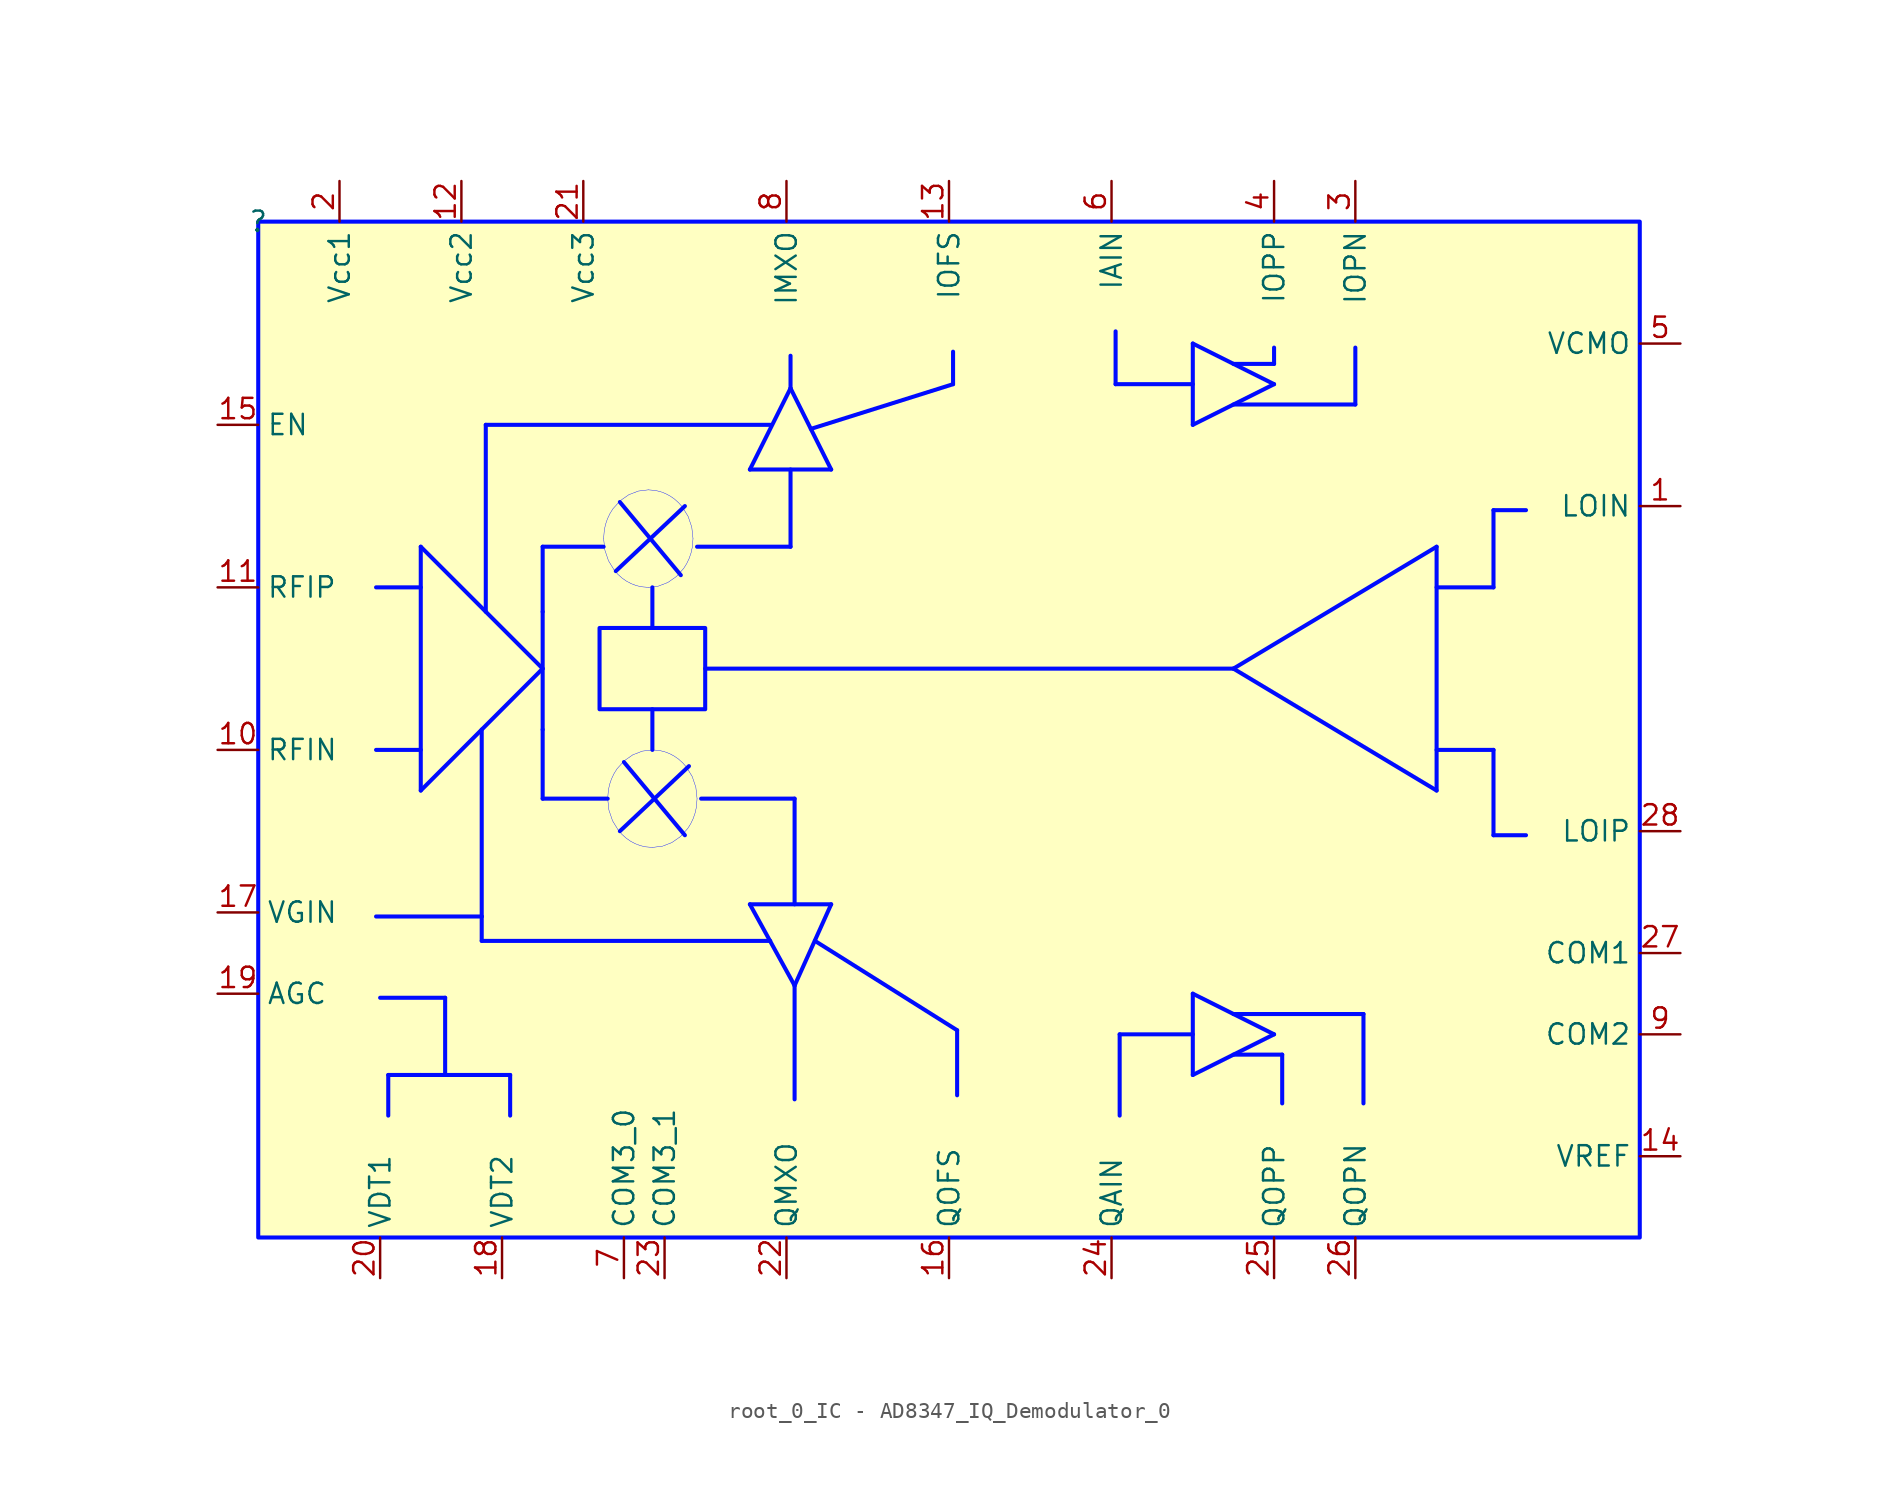
<source format=kicad_sym>
(kicad_symbol_lib
  (version 20231120)
  (generator "kicad_symbol_editor")
  (generator_version "8.0")
  (symbol "root_0_IC - AD8347_IQ_Demodulator_0"
    (property "Reference" ""
      (at 0 0 0)
      (effects (font (size 1.27 1.27))))
    (property "Value" ""
      (at 0 0 0)
      (effects (font (size 1.27 1.27))))
    (symbol "root_0_IC - AD8347_IQ_Demodulator_0_1_0"
      (polyline (pts (xy 8.128 -53.34) (xy 8.128 -55.88)) (stroke (width 0.254) (type solid) (color 0 11 255 1)) (fill (type none)))
      (polyline (pts (xy 10.16 -53.34) (xy 8.128 -53.34)) (stroke (width 0.254) (type solid) (color 0 11 255 1)) (fill (type none)))
      (polyline (pts (xy 10.16 -35.56) (xy 17.78 -27.94)) (stroke (width 0.254) (type solid) (color 0 11 255 1)) (fill (type none)))
      (polyline (pts (xy 10.16 -33.02) (xy 7.366 -33.02)) (stroke (width 0.254) (type solid) (color 0 11 255 1)) (fill (type none)))
      (polyline (pts (xy 10.16 -22.86) (xy 7.366 -22.86)) (stroke (width 0.254) (type solid) (color 0 11 255 1)) (fill (type none)))
      (polyline (pts (xy 10.16 -20.32) (xy 10.16 -35.56)) (stroke (width 0.254) (type solid) (color 0 11 255 1)) (fill (type none)))
      (polyline (pts (xy 10.16 -20.32) (xy 17.78 -27.94)) (stroke (width 0.254) (type solid) (color 0 11 255 1)) (fill (type none)))
      (polyline (pts (xy 11.684 -53.34) (xy 11.684 -48.514)) (stroke (width 0.254) (type solid) (color 0 11 255 1)) (fill (type none)))
      (polyline (pts (xy 11.684 -48.514) (xy 7.62 -48.514)) (stroke (width 0.254) (type solid) (color 0 11 255 1)) (fill (type none)))
      (polyline (pts (xy 13.97 -44.958) (xy 13.97 -43.434)) (stroke (width 0.254) (type solid) (color 0 11 255 1)) (fill (type none)))
      (polyline (pts (xy 13.97 -43.434) (xy 7.366 -43.434)) (stroke (width 0.254) (type solid) (color 0 11 255 1)) (fill (type none)))
      (polyline (pts (xy 13.97 -31.75) (xy 13.97 -43.434)) (stroke (width 0.254) (type solid) (color 0 11 255 1)) (fill (type none)))
      (polyline (pts (xy 14.224 -12.7) (xy 14.224 -24.384)) (stroke (width 0.254) (type solid) (color 0 11 255 1)) (fill (type none)))
      (polyline (pts (xy 15.748 -53.34) (xy 10.16 -53.34)) (stroke (width 0.254) (type solid) (color 0 11 255 1)) (fill (type none)))
      (polyline (pts (xy 15.748 -53.34) (xy 15.748 -55.88)) (stroke (width 0.254) (type solid) (color 0 11 255 1)) (fill (type none)))
      (polyline (pts (xy 17.78 -36.068) (xy 21.844 -36.068)) (stroke (width 0.254) (type solid) (color 0 11 255 1)) (fill (type none)))
      (polyline (pts (xy 17.78 -31.75) (xy 17.78 -36.068)) (stroke (width 0.254) (type solid) (color 0 11 255 1)) (fill (type none)))
      (polyline (pts (xy 17.78 -31.75) (xy 17.78 -24.384)) (stroke (width 0.254) (type solid) (color 0 11 255 1)) (fill (type none)))
      (polyline (pts (xy 17.78 -24.384) (xy 17.78 -20.32)) (stroke (width 0.254) (type solid) (color 0 11 255 1)) (fill (type none)))
      (polyline (pts (xy 17.78 -20.32) (xy 21.59 -20.32)) (stroke (width 0.254) (type solid) (color 0 11 255 1)) (fill (type none)))
      (polyline (pts (xy 22.606 -17.526) (xy 26.416 -22.098)) (stroke (width 0.254) (type solid) (color 0 11 255 1)) (fill (type none)))
      (polyline (pts (xy 22.86 -33.782) (xy 26.67 -38.354)) (stroke (width 0.254) (type solid) (color 0 11 255 1)) (fill (type none)))
      (polyline (pts (xy 24.638 -30.48) (xy 24.638 -33.02)) (stroke (width 0.254) (type solid) (color 0 11 255 1)) (fill (type none)))
      (polyline (pts (xy 24.638 -22.86) (xy 24.638 -25.4)) (stroke (width 0.254) (type solid) (color 0 11 255 1)) (fill (type none)))
      (polyline (pts (xy 26.67 -17.78) (xy 22.352 -21.844)) (stroke (width 0.254) (type solid) (color 0 11 255 1)) (fill (type none)))
      (polyline (pts (xy 26.924 -34.036) (xy 22.606 -38.1)) (stroke (width 0.254) (type solid) (color 0 11 255 1)) (fill (type none)))
      (polyline (pts (xy 27.432 -20.32) (xy 33.274 -20.32)) (stroke (width 0.254) (type solid) (color 0 11 255 1)) (fill (type none)))
      (polyline (pts (xy 27.686 -36.068) (xy 33.528 -36.068)) (stroke (width 0.254) (type solid) (color 0 11 255 1)) (fill (type none)))
      (polyline (pts (xy 27.94 -27.94) (xy 60.96 -27.94)) (stroke (width 0.254) (type solid) (color 0 11 255 1)) (fill (type none)))
      (polyline (pts (xy 30.734 -42.672) (xy 35.814 -42.672)) (stroke (width 0.254) (type solid) (color 0 11 255 1)) (fill (type none)))
      (polyline (pts (xy 30.734 -15.494) (xy 35.814 -15.494)) (stroke (width 0.254) (type solid) (color 0 11 255 1)) (fill (type none)))
      (polyline (pts (xy 32.004 -44.958) (xy 13.97 -44.958)) (stroke (width 0.254) (type solid) (color 0 11 255 1)) (fill (type none)))
      (polyline (pts (xy 32.004 -12.7) (xy 14.224 -12.7)) (stroke (width 0.254) (type solid) (color 0 11 255 1)) (fill (type none)))
      (polyline (pts (xy 33.274 -15.494) (xy 33.274 -20.32)) (stroke (width 0.254) (type solid) (color 0 11 255 1)) (fill (type none)))
      (polyline (pts (xy 33.274 -10.414) (xy 30.734 -15.494)) (stroke (width 0.254) (type solid) (color 0 11 255 1)) (fill (type none)))
      (polyline (pts (xy 33.274 -8.382) (xy 33.274 -10.414)) (stroke (width 0.254) (type solid) (color 0 11 255 1)) (fill (type none)))
      (polyline (pts (xy 33.528 -47.752) (xy 30.734 -42.672)) (stroke (width 0.254) (type solid) (color 0 11 255 1)) (fill (type none)))
      (polyline (pts (xy 33.528 -47.752) (xy 33.528 -54.864)) (stroke (width 0.254) (type solid) (color 0 11 255 1)) (fill (type none)))
      (polyline (pts (xy 33.528 -36.068) (xy 33.528 -42.672)) (stroke (width 0.254) (type solid) (color 0 11 255 1)) (fill (type none)))
      (polyline (pts (xy 34.798 -44.958) (xy 43.688 -50.546)) (stroke (width 0.254) (type solid) (color 0 11 255 1)) (fill (type none)))
      (polyline (pts (xy 35.814 -42.672) (xy 33.528 -47.752)) (stroke (width 0.254) (type solid) (color 0 11 255 1)) (fill (type none)))
      (polyline (pts (xy 35.814 -15.494) (xy 33.274 -10.414)) (stroke (width 0.254) (type solid) (color 0 11 255 1)) (fill (type none)))
      (polyline (pts (xy 43.434 -10.16) (xy 34.544 -12.954)) (stroke (width 0.254) (type solid) (color 0 11 255 1)) (fill (type none)))
      (polyline (pts (xy 43.434 -8.128) (xy 43.434 -10.16)) (stroke (width 0.254) (type solid) (color 0 11 255 1)) (fill (type none)))
      (polyline (pts (xy 43.688 -50.546) (xy 43.688 -54.61)) (stroke (width 0.254) (type solid) (color 0 11 255 1)) (fill (type none)))
      (polyline (pts (xy 53.594 -10.16) (xy 53.594 -6.858)) (stroke (width 0.254) (type solid) (color 0 11 255 1)) (fill (type none)))
      (polyline (pts (xy 53.848 -55.88) (xy 53.848 -50.8)) (stroke (width 0.254) (type solid) (color 0 11 255 1)) (fill (type none)))
      (polyline (pts (xy 58.42 -53.34) (xy 63.5 -50.8)) (stroke (width 0.254) (type solid) (color 0 11 255 1)) (fill (type none)))
      (polyline (pts (xy 58.42 -50.8) (xy 53.848 -50.8)) (stroke (width 0.254) (type solid) (color 0 11 255 1)) (fill (type none)))
      (polyline (pts (xy 58.42 -48.26) (xy 58.42 -53.34)) (stroke (width 0.254) (type solid) (color 0 11 255 1)) (fill (type none)))
      (polyline (pts (xy 58.42 -12.7) (xy 63.5 -10.16)) (stroke (width 0.254) (type solid) (color 0 11 255 1)) (fill (type none)))
      (polyline (pts (xy 58.42 -10.16) (xy 53.594 -10.16)) (stroke (width 0.254) (type solid) (color 0 11 255 1)) (fill (type none)))
      (polyline (pts (xy 58.42 -7.62) (xy 58.42 -12.7)) (stroke (width 0.254) (type solid) (color 0 11 255 1)) (fill (type none)))
      (polyline (pts (xy 60.96 -52.07) (xy 64.008 -52.07)) (stroke (width 0.254) (type solid) (color 0 11 255 1)) (fill (type none)))
      (polyline (pts (xy 60.96 -49.53) (xy 69.088 -49.53)) (stroke (width 0.254) (type solid) (color 0 11 255 1)) (fill (type none)))
      (polyline (pts (xy 60.96 -11.43) (xy 68.58 -11.43)) (stroke (width 0.254) (type solid) (color 0 11 255 1)) (fill (type none)))
      (polyline (pts (xy 60.96 -8.89) (xy 63.5 -8.89)) (stroke (width 0.254) (type solid) (color 0 11 255 1)) (fill (type none)))
      (polyline (pts (xy 63.5 -50.8) (xy 58.42 -48.26)) (stroke (width 0.254) (type solid) (color 0 11 255 1)) (fill (type none)))
      (polyline (pts (xy 63.5 -10.16) (xy 58.42 -7.62)) (stroke (width 0.254) (type solid) (color 0 11 255 1)) (fill (type none)))
      (polyline (pts (xy 63.5 -8.89) (xy 63.5 -7.874)) (stroke (width 0.254) (type solid) (color 0 11 255 1)) (fill (type none)))
      (polyline (pts (xy 64.008 -55.118) (xy 64.008 -52.07)) (stroke (width 0.254) (type solid) (color 0 11 255 1)) (fill (type none)))
      (polyline (pts (xy 68.58 -11.43) (xy 68.58 -7.874)) (stroke (width 0.254) (type solid) (color 0 11 255 1)) (fill (type none)))
      (polyline (pts (xy 69.088 -49.53) (xy 69.088 -55.118)) (stroke (width 0.254) (type solid) (color 0 11 255 1)) (fill (type none)))
      (polyline (pts (xy 73.66 -35.56) (xy 60.96 -27.94)) (stroke (width 0.254) (type solid) (color 0 11 255 1)) (fill (type none)))
      (polyline (pts (xy 73.66 -20.32) (xy 60.96 -27.94)) (stroke (width 0.254) (type solid) (color 0 11 255 1)) (fill (type none)))
      (polyline (pts (xy 73.66 -20.32) (xy 73.66 -35.56)) (stroke (width 0.254) (type solid) (color 0 11 255 1)) (fill (type none)))
      (polyline (pts (xy 77.216 -33.02) (xy 73.66 -33.02)) (stroke (width 0.254) (type solid) (color 0 11 255 1)) (fill (type none)))
      (polyline (pts (xy 77.216 -33.02) (xy 77.216 -38.354)) (stroke (width 0.254) (type solid) (color 0 11 255 1)) (fill (type none)))
      (polyline (pts (xy 77.216 -22.86) (xy 73.66 -22.86)) (stroke (width 0.254) (type solid) (color 0 11 255 1)) (fill (type none)))
      (polyline (pts (xy 77.216 -18.034) (xy 77.216 -22.86)) (stroke (width 0.254) (type solid) (color 0 11 255 1)) (fill (type none)))
      (polyline (pts (xy 79.248 -38.354) (xy 77.216 -38.354)) (stroke (width 0.254) (type solid) (color 0 11 255 1)) (fill (type none)))
      (polyline (pts (xy 79.248 -18.034) (xy 77.216 -18.034)) (stroke (width 0.254) (type solid) (color 0 11 255 1)) (fill (type none)))
      (bezier (pts (xy 21.59 -19.812) (xy 21.59 -21.495) (xy 22.841 -22.86) (xy 24.384 -22.86)) (stroke (width 0.025) (type solid) (color 0 11 255 1)) (fill (type none)))
      (bezier (pts (xy 21.844 -36.068) (xy 21.844 -37.751) (xy 23.095 -39.116) (xy 24.638 -39.116)) (stroke (width 0.025) (type solid) (color 0 11 255 1)) (fill (type none)))
      (bezier (pts (xy 24.384 -22.86) (xy 25.927 -22.86) (xy 27.178 -21.495) (xy 27.178 -19.812)) (stroke (width 0.025) (type solid) (color 0 11 255 1)) (fill (type none)))
      (bezier (pts (xy 24.384 -16.764) (xy 22.841 -16.764) (xy 21.59 -18.129) (xy 21.59 -19.812)) (stroke (width 0.025) (type solid) (color 0 11 255 1)) (fill (type none)))
      (bezier (pts (xy 24.638 -39.116) (xy 26.181 -39.116) (xy 27.432 -37.751) (xy 27.432 -36.068)) (stroke (width 0.025) (type solid) (color 0 11 255 1)) (fill (type none)))
      (bezier (pts (xy 24.638 -33.02) (xy 23.095 -33.02) (xy 21.844 -34.385) (xy 21.844 -36.068)) (stroke (width 0.025) (type solid) (color 0 11 255 1)) (fill (type none)))
      (bezier (pts (xy 27.178 -19.812) (xy 27.178 -18.129) (xy 25.927 -16.764) (xy 24.384 -16.764)) (stroke (width 0.025) (type solid) (color 0 11 255 1)) (fill (type none)))
      (bezier (pts (xy 27.432 -36.068) (xy 27.432 -34.385) (xy 26.181 -33.02) (xy 24.638 -33.02)) (stroke (width 0.025) (type solid) (color 0 11 255 1)) (fill (type none)))
      (rectangle (start 27.94 -25.4) (end 21.336 -30.48) (stroke (width 0.254) (type solid) (color 0 11 255 1)) (fill (type background)))
      (rectangle (start 86.36 0) (end 0 -63.5) (stroke (width 0.254) (type solid) (color 0 11 255 1)) (fill (type background)))
      (pin input line (at 88.9 -17.78 180) (length 2.54) (name "LOIN" (effects (font (size 1.27 1.27)))) (number "1" (effects (font (size 1.27 1.27)))))
      (pin input line (at -2.54 -33.02 0) (length 2.54) (name "RFIN" (effects (font (size 1.27 1.27)))) (number "10" (effects (font (size 1.27 1.27)))))
      (pin input line (at -2.54 -22.86 0) (length 2.54) (name "RFIP" (effects (font (size 1.27 1.27)))) (number "11" (effects (font (size 1.27 1.27)))))
      (pin passive line (at 12.7 2.54 270) (length 2.54) (name "Vcc2" (effects (font (size 1.27 1.27)))) (number "12" (effects (font (size 1.27 1.27)))))
      (pin passive line (at 43.18 2.54 270) (length 2.54) (name "IOFS" (effects (font (size 1.27 1.27)))) (number "13" (effects (font (size 1.27 1.27)))))
      (pin passive line (at 88.9 -58.42 180) (length 2.54) (name "VREF" (effects (font (size 1.27 1.27)))) (number "14" (effects (font (size 1.27 1.27)))))
      (pin passive line (at -2.54 -12.7 0) (length 2.54) (name "EN" (effects (font (size 1.27 1.27)))) (number "15" (effects (font (size 1.27 1.27)))))
      (pin passive line (at 43.18 -66.04 90) (length 2.54) (name "QOFS" (effects (font (size 1.27 1.27)))) (number "16" (effects (font (size 1.27 1.27)))))
      (pin input line (at -2.54 -43.18 0) (length 2.54) (name "VGIN" (effects (font (size 1.27 1.27)))) (number "17" (effects (font (size 1.27 1.27)))))
      (pin passive line (at 15.24 -66.04 90) (length 2.54) (name "VDT2" (effects (font (size 1.27 1.27)))) (number "18" (effects (font (size 1.27 1.27)))))
      (pin output line (at -2.54 -48.26 0) (length 2.54) (name "AGC" (effects (font (size 1.27 1.27)))) (number "19" (effects (font (size 1.27 1.27)))))
      (pin passive line (at 5.08 2.54 270) (length 2.54) (name "Vcc1" (effects (font (size 1.27 1.27)))) (number "2" (effects (font (size 1.27 1.27)))))
      (pin passive line (at 7.62 -66.04 90) (length 2.54) (name "VDT1" (effects (font (size 1.27 1.27)))) (number "20" (effects (font (size 1.27 1.27)))))
      (pin passive line (at 20.32 2.54 270) (length 2.54) (name "Vcc3" (effects (font (size 1.27 1.27)))) (number "21" (effects (font (size 1.27 1.27)))))
      (pin passive line (at 33.02 -66.04 90) (length 2.54) (name "QMXO" (effects (font (size 1.27 1.27)))) (number "22" (effects (font (size 1.27 1.27)))))
      (pin passive line (at 25.4 -66.04 90) (length 2.54) (name "COM3_1" (effects (font (size 1.27 1.27)))) (number "23" (effects (font (size 1.27 1.27)))))
      (pin passive line (at 53.34 -66.04 90) (length 2.54) (name "QAIN" (effects (font (size 1.27 1.27)))) (number "24" (effects (font (size 1.27 1.27)))))
      (pin output line (at 63.5 -66.04 90) (length 2.54) (name "QOPP" (effects (font (size 1.27 1.27)))) (number "25" (effects (font (size 1.27 1.27)))))
      (pin output line (at 68.58 -66.04 90) (length 2.54) (name "QOPN" (effects (font (size 1.27 1.27)))) (number "26" (effects (font (size 1.27 1.27)))))
      (pin passive line (at 88.9 -45.72 180) (length 2.54) (name "COM1" (effects (font (size 1.27 1.27)))) (number "27" (effects (font (size 1.27 1.27)))))
      (pin input line (at 88.9 -38.1 180) (length 2.54) (name "LOIP" (effects (font (size 1.27 1.27)))) (number "28" (effects (font (size 1.27 1.27)))))
      (pin output line (at 68.58 2.54 270) (length 2.54) (name "IOPN" (effects (font (size 1.27 1.27)))) (number "3" (effects (font (size 1.27 1.27)))))
      (pin output line (at 63.5 2.54 270) (length 2.54) (name "IOPP" (effects (font (size 1.27 1.27)))) (number "4" (effects (font (size 1.27 1.27)))))
      (pin passive line (at 88.9 -7.62 180) (length 2.54) (name "VCMO" (effects (font (size 1.27 1.27)))) (number "5" (effects (font (size 1.27 1.27)))))
      (pin passive line (at 53.34 2.54 270) (length 2.54) (name "IAIN" (effects (font (size 1.27 1.27)))) (number "6" (effects (font (size 1.27 1.27)))))
      (pin passive line (at 22.86 -66.04 90) (length 2.54) (name "COM3_0" (effects (font (size 1.27 1.27)))) (number "7" (effects (font (size 1.27 1.27)))))
      (pin passive line (at 33.02 2.54 270) (length 2.54) (name "IMXO" (effects (font (size 1.27 1.27)))) (number "8" (effects (font (size 1.27 1.27)))))
      (pin passive line (at 88.9 -50.8 180) (length 2.54) (name "COM2" (effects (font (size 1.27 1.27)))) (number "9" (effects (font (size 1.27 1.27))))))))
</source>
